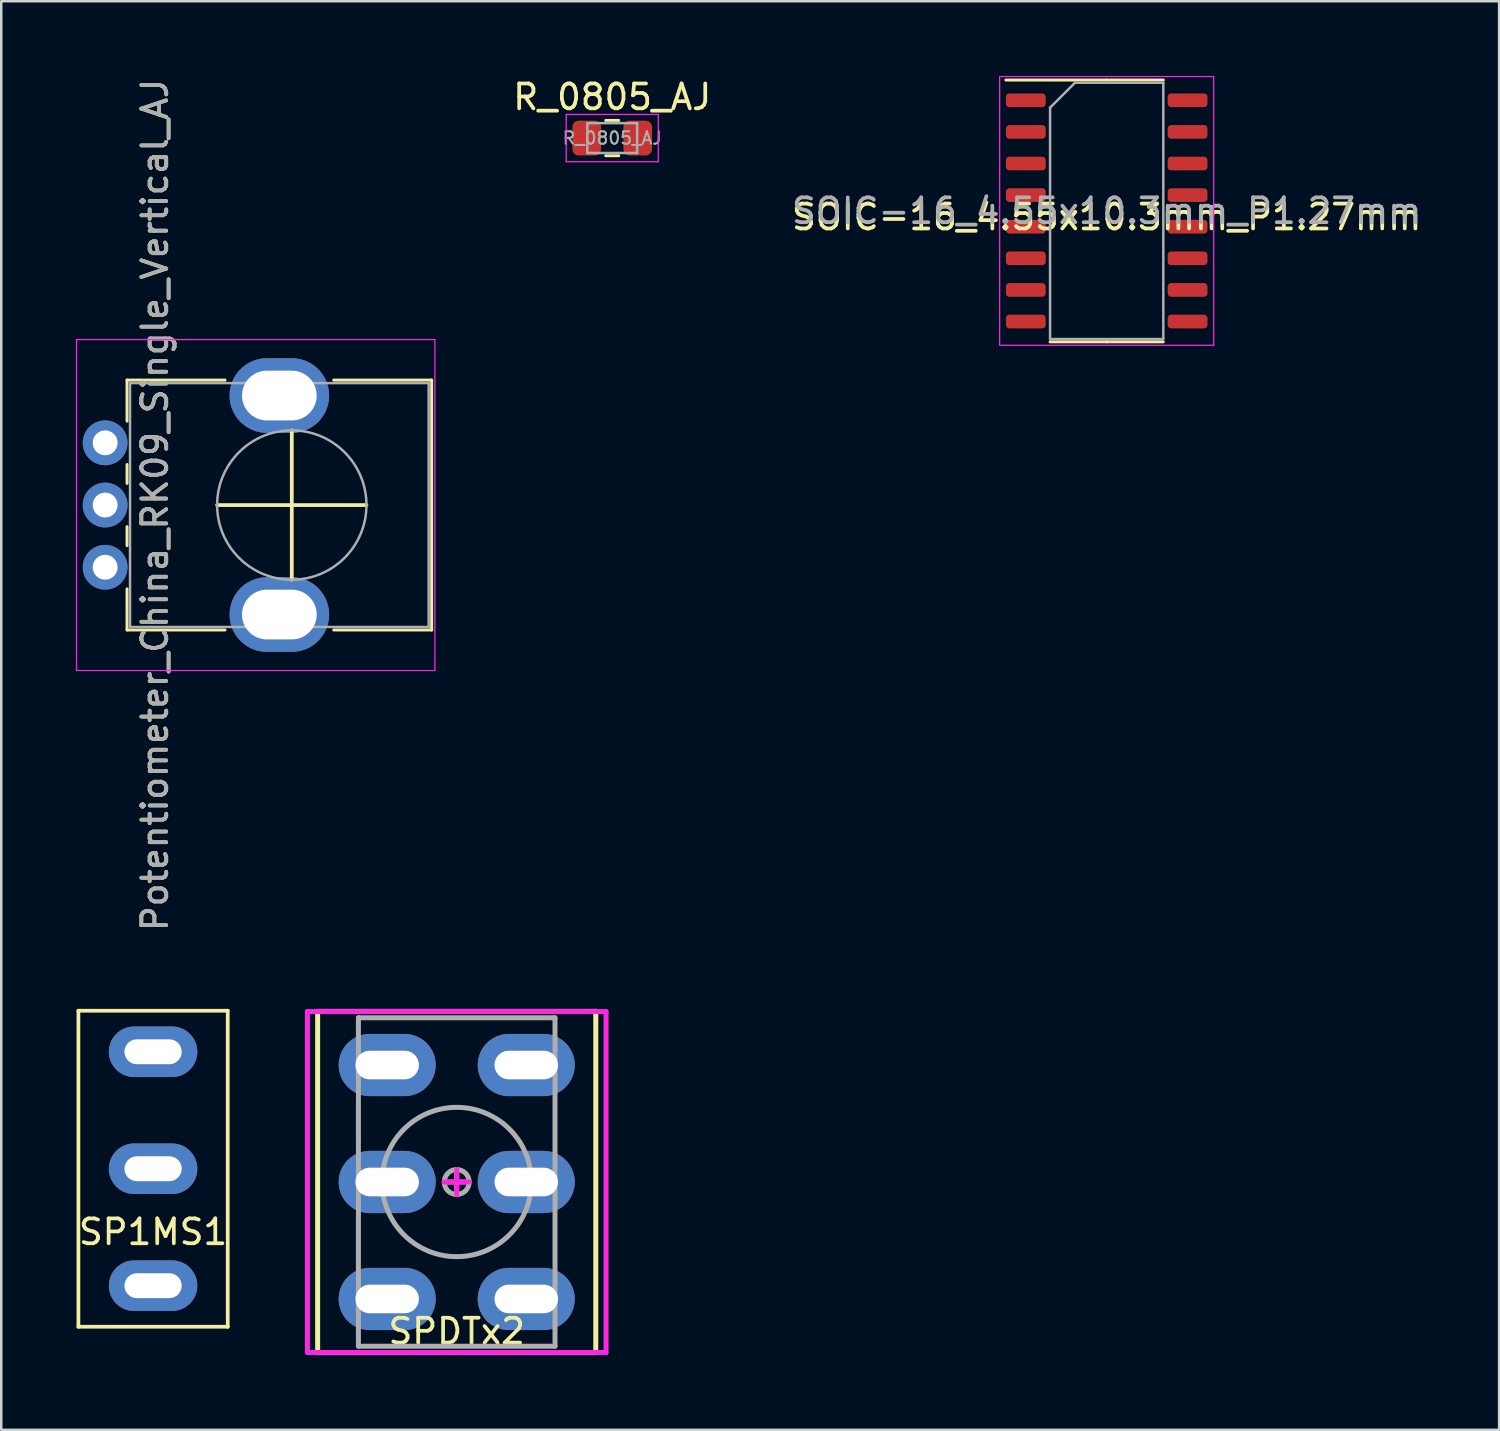
<source format=kicad_pcb>
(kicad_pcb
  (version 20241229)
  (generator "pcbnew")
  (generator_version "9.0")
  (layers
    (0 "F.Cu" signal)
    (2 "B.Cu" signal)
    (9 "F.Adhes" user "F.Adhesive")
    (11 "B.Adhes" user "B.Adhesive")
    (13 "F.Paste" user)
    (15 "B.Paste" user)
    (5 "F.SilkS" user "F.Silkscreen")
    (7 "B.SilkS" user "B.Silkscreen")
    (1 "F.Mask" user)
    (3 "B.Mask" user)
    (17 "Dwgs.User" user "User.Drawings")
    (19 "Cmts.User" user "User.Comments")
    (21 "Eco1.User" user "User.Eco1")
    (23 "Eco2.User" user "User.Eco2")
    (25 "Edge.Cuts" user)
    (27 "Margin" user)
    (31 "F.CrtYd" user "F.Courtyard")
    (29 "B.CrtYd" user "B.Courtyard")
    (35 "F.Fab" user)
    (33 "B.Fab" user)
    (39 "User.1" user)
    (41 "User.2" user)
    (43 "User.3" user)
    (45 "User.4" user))
  (footprint "R_0805_AJ"
    (layer "F.Cu")
    (at 21.551 2.498)
    (property "Reference" "R_0805_AJ" (at 0 -1.65 0) (layer "F.SilkS") (effects (font (size 1 1) (thickness 0.15))))
    (attr smd)
    (fp_line (start -0.261 -0.71) (end 0.261 -0.71) (stroke (width 0.12) (type solid)) (layer "F.SilkS"))
    (fp_line (start -0.261 0.71) (end 0.261 0.71) (stroke (width 0.12) (type solid)) (layer "F.SilkS"))
    (fp_line (start -1.85 -0.95) (end 1.85 -0.95) (stroke (width 0.05) (type solid)) (layer "F.CrtYd"))
    (fp_line (start -1.85 0.95) (end -1.85 -0.95) (stroke (width 0.05) (type solid)) (layer "F.CrtYd"))
    (fp_line (start 1.85 -0.95) (end 1.85 0.95) (stroke (width 0.05) (type solid)) (layer "F.CrtYd"))
    (fp_line (start 1.85 0.95) (end -1.85 0.95) (stroke (width 0.05) (type solid)) (layer "F.CrtYd"))
    (fp_line (start -1 -0.6) (end 1 -0.6) (stroke (width 0.1) (type solid)) (layer "F.Fab"))
    (fp_line (start -1 0.6) (end -1 -0.6) (stroke (width 0.1) (type solid)) (layer "F.Fab"))
    (fp_line (start 1 -0.6) (end 1 0.6) (stroke (width 0.1) (type solid)) (layer "F.Fab"))
    (fp_line (start 1 0.6) (end -1 0.6) (stroke (width 0.1) (type solid)) (layer "F.Fab"))
    (fp_text user "${REFERENCE}" (at 0 0 0) (layer "F.Fab") (effects (font (size 0.5 0.5) (thickness 0.08))))
    (pad "1" smd roundrect (at -1.025 0) (size 1.15 1.4) (layers "F.Cu" "F.Mask" "F.Paste") (roundrect_rratio 0.217))
    (pad "2" smd roundrect (at 1.025 0) (size 1.15 1.4) (layers "F.Cu" "F.Mask" "F.Paste") (roundrect_rratio 0.217)))
  (footprint "SOIC-16_4.55x10.3mm_P1.27mm"
    (layer "F.Cu")
    (at 41.42 5.425)
    (property "Reference" "SOIC-16_4.55x10.3mm_P1.27mm" (at 0 0.25 0) (layer "F.SilkS") (effects (font (size 1 1) (thickness 0.15))))
    (attr smd)
    (fp_line (start 0 -5.26) (end -4.05 -5.26) (stroke (width 0.12) (type solid)) (layer "F.SilkS"))
    (fp_line (start 0 -5.26) (end 2.275 -5.26) (stroke (width 0.12) (type solid)) (layer "F.SilkS"))
    (fp_line (start 0 5.26) (end -2.275 5.26) (stroke (width 0.12) (type solid)) (layer "F.SilkS"))
    (fp_line (start 0 5.26) (end 2.275 5.26) (stroke (width 0.12) (type solid)) (layer "F.SilkS"))
    (fp_line (start -4.3 -5.4) (end -4.3 5.4) (stroke (width 0.05) (type solid)) (layer "F.CrtYd"))
    (fp_line (start -4.3 5.4) (end 4.3 5.4) (stroke (width 0.05) (type solid)) (layer "F.CrtYd"))
    (fp_line (start 4.3 -5.4) (end -4.3 -5.4) (stroke (width 0.05) (type solid)) (layer "F.CrtYd"))
    (fp_line (start 4.3 5.4) (end 4.3 -5.4) (stroke (width 0.05) (type solid)) (layer "F.CrtYd"))
    (fp_line (start -2.275 -4.15) (end -1.275 -5.15) (stroke (width 0.1) (type solid)) (layer "F.Fab"))
    (fp_line (start -2.275 5.15) (end -2.275 -4.15) (stroke (width 0.1) (type solid)) (layer "F.Fab"))
    (fp_line (start -1.275 -5.15) (end 2.275 -5.15) (stroke (width 0.1) (type solid)) (layer "F.Fab"))
    (fp_line (start 2.275 -5.15) (end 2.275 5.15) (stroke (width 0.1) (type solid)) (layer "F.Fab"))
    (fp_line (start 2.275 5.15) (end -2.275 5.15) (stroke (width 0.1) (type solid)) (layer "F.Fab"))
    (fp_text user "${REFERENCE}" (at 0 0 0) (layer "F.Fab") (effects (font (size 1 1) (thickness 0.15))))
    (pad "1" smd roundrect (at -3.25 -4.445) (size 1.6 0.55) (layers "F.Cu" "F.Mask" "F.Paste") (roundrect_rratio 0.25))
    (pad "2" smd roundrect (at -3.25 -3.175) (size 1.6 0.55) (layers "F.Cu" "F.Mask" "F.Paste") (roundrect_rratio 0.25))
    (pad "3" smd roundrect (at -3.25 -1.905) (size 1.6 0.55) (layers "F.Cu" "F.Mask" "F.Paste") (roundrect_rratio 0.25))
    (pad "4" smd roundrect (at -3.25 -0.635) (size 1.6 0.55) (layers "F.Cu" "F.Mask" "F.Paste") (roundrect_rratio 0.25))
    (pad "5" smd roundrect (at -3.25 0.635) (size 1.6 0.55) (layers "F.Cu" "F.Mask" "F.Paste") (roundrect_rratio 0.25))
    (pad "6" smd roundrect (at -3.25 1.905) (size 1.6 0.55) (layers "F.Cu" "F.Mask" "F.Paste") (roundrect_rratio 0.25))
    (pad "7" smd roundrect (at -3.25 3.175) (size 1.6 0.55) (layers "F.Cu" "F.Mask" "F.Paste") (roundrect_rratio 0.25))
    (pad "8" smd roundrect (at -3.25 4.445) (size 1.6 0.55) (layers "F.Cu" "F.Mask" "F.Paste") (roundrect_rratio 0.25))
    (pad "9" smd roundrect (at 3.25 4.445) (size 1.6 0.55) (layers "F.Cu" "F.Mask" "F.Paste") (roundrect_rratio 0.25))
    (pad "10" smd roundrect (at 3.25 3.175) (size 1.6 0.55) (layers "F.Cu" "F.Mask" "F.Paste") (roundrect_rratio 0.25))
    (pad "11" smd roundrect (at 3.25 1.905) (size 1.6 0.55) (layers "F.Cu" "F.Mask" "F.Paste") (roundrect_rratio 0.25))
    (pad "12" smd roundrect (at 3.25 0.635) (size 1.6 0.55) (layers "F.Cu" "F.Mask" "F.Paste") (roundrect_rratio 0.25))
    (pad "13" smd roundrect (at 3.25 -0.635) (size 1.6 0.55) (layers "F.Cu" "F.Mask" "F.Paste") (roundrect_rratio 0.25))
    (pad "14" smd roundrect (at 3.25 -1.905) (size 1.6 0.55) (layers "F.Cu" "F.Mask" "F.Paste") (roundrect_rratio 0.25))
    (pad "15" smd roundrect (at 3.25 -3.175) (size 1.6 0.55) (layers "F.Cu" "F.Mask" "F.Paste") (roundrect_rratio 0.25))
    (pad "16" smd roundrect (at 3.25 -4.445) (size 1.6 0.55) (layers "F.Cu" "F.Mask" "F.Paste") (roundrect_rratio 0.25)))
  (footprint "SPDTx2"
    (layer "F.Cu")
    (at 15.302 44.446)
    (property "Reference" "SPDTx2" (at 0 6 0) (layer "F.SilkS") (effects (font (size 1 1) (thickness 0.15))))
    (attr through_hole)
    (fp_line (start -5.588 -6.842) (end -5.588 6.858) (stroke (width 0.2) (type solid)) (layer "F.SilkS"))
    (fp_line (start -5.588 6.858) (end 5.588 6.858) (stroke (width 0.2) (type solid)) (layer "F.SilkS"))
    (fp_line (start 5.588 -6.858) (end -5.588 -6.858) (stroke (width 0.2) (type solid)) (layer "F.SilkS"))
    (fp_line (start 5.588 6.842) (end 5.588 -6.858) (stroke (width 0.2) (type solid)) (layer "F.SilkS"))
    (fp_line (start -6 -6.85) (end -6 6.85) (stroke (width 0.2) (type solid)) (layer "F.CrtYd"))
    (fp_line (start -6 6.85) (end 6 6.85) (stroke (width 0.2) (type solid)) (layer "F.CrtYd"))
    (fp_line (start -0.5 0) (end 0.5 0) (stroke (width 0.2) (type solid)) (layer "F.CrtYd"))
    (fp_line (start 0 0.5) (end 0 -0.5) (stroke (width 0.2) (type solid)) (layer "F.CrtYd"))
    (fp_line (start 6 -6.85) (end -6 -6.85) (stroke (width 0.2) (type solid)) (layer "F.CrtYd"))
    (fp_line (start 6 6.85) (end 6 -6.85) (stroke (width 0.2) (type solid)) (layer "F.CrtYd"))
    (fp_line (start -3.95 -6.6) (end -3.95 6.6) (stroke (width 0.2) (type solid)) (layer "F.Fab"))
    (fp_line (start -3.95 6.6) (end 3.95 6.6) (stroke (width 0.2) (type solid)) (layer "F.Fab"))
    (fp_line (start -0.5 0) (end 0.5 0) (stroke (width 0.2) (type solid)) (layer "F.Fab"))
    (fp_line (start 0 0.5) (end 0 -0.5) (stroke (width 0.2) (type solid)) (layer "F.Fab"))
    (fp_line (start 3.95 -6.6) (end -3.95 -6.6) (stroke (width 0.2) (type solid)) (layer "F.Fab"))
    (fp_line (start 3.95 6.6) (end 3.95 -6.6) (stroke (width 0.2) (type solid)) (layer "F.Fab"))
    (fp_circle (center 0 0) (end 0.5 0) (stroke (width 0.2) (type solid)) (fill no) (layer "F.Fab"))
    (fp_circle (center 0 0) (end 3 0) (stroke (width 0.2) (type solid)) (fill no) (layer "F.Fab"))
    (pad "1" thru_hole oval (at -2.794 4.7) (size 3.9 2.5) (drill oval 2.55 1.15) (layers "*.Cu" "*.Mask"))
    (pad "2" thru_hole oval (at -2.794 0) (size 3.9 2.5) (drill oval 2.55 1.15) (layers "*.Cu" "*.Mask"))
    (pad "3" thru_hole oval (at -2.794 -4.7) (size 3.9 2.5) (drill oval 2.55 1.15) (layers "*.Cu" "*.Mask"))
    (pad "4" thru_hole oval (at 2.794 4.7) (size 3.9 2.5) (drill oval 2.55 1.15) (layers "*.Cu" "*.Mask"))
    (pad "5" thru_hole oval (at 2.794 0) (size 3.9 2.5) (drill oval 2.55 1.15) (layers "*.Cu" "*.Mask"))
    (pad "6" thru_hole oval (at 2.794 -4.7) (size 3.9 2.5) (drill oval 2.55 1.15) (layers "*.Cu" "*.Mask")))
  (footprint "Potentiometer_China_RK09_Single_Vertical_AJ"
    (layer "F.Cu")
    (at 1.175 19.744)
    (property "Reference" "Potentiometer_China_RK09_Single_Vertical_AJ" (at 2 -2.5 90) (layer "F.SilkS") (effects (font (size 1 1) (thickness 0.15))))
    (attr through_hole)
    (fp_line (start 0.88 -7.521) (end 0.88 -5.871) (stroke (width 0.12) (type solid)) (layer "F.SilkS"))
    (fp_line (start 0.88 -7.521) (end 4.817 -7.521) (stroke (width 0.12) (type solid)) (layer "F.SilkS"))
    (fp_line (start 0.88 -4.129) (end 0.88 -3.37) (stroke (width 0.12) (type solid)) (layer "F.SilkS"))
    (fp_line (start 0.88 -1.629) (end 0.88 -0.87) (stroke (width 0.12) (type solid)) (layer "F.SilkS"))
    (fp_line (start 0.88 0.87) (end 0.88 2.52) (stroke (width 0.12) (type solid)) (layer "F.SilkS"))
    (fp_line (start 0.88 2.52) (end 4.817 2.52) (stroke (width 0.12) (type solid)) (layer "F.SilkS"))
    (fp_line (start 4.5 -2.5) (end 10.5 -2.5) (stroke (width 0.15) (type solid)) (layer "F.SilkS"))
    (fp_line (start 7.5 0.5) (end 7.5 -5.5) (stroke (width 0.15) (type solid)) (layer "F.SilkS"))
    (fp_line (start 9.184 -7.521) (end 13.12 -7.521) (stroke (width 0.12) (type solid)) (layer "F.SilkS"))
    (fp_line (start 9.184 2.52) (end 13.12 2.52) (stroke (width 0.12) (type solid)) (layer "F.SilkS"))
    (fp_line (start 13.12 -7.521) (end 13.12 2.52) (stroke (width 0.12) (type solid)) (layer "F.SilkS"))
    (fp_line (start -1.15 -9.15) (end -1.15 4.15) (stroke (width 0.05) (type solid)) (layer "F.CrtYd"))
    (fp_line (start -1.15 4.15) (end 13.25 4.15) (stroke (width 0.05) (type solid)) (layer "F.CrtYd"))
    (fp_line (start 13.25 -9.15) (end -1.15 -9.15) (stroke (width 0.05) (type solid)) (layer "F.CrtYd"))
    (fp_line (start 13.25 4.15) (end 13.25 -9.15) (stroke (width 0.05) (type solid)) (layer "F.CrtYd"))
    (fp_line (start 1 -7.4) (end 1 2.4) (stroke (width 0.1) (type solid)) (layer "F.Fab"))
    (fp_line (start 1 2.4) (end 13 2.4) (stroke (width 0.1) (type solid)) (layer "F.Fab"))
    (fp_line (start 13 -7.4) (end 1 -7.4) (stroke (width 0.1) (type solid)) (layer "F.Fab"))
    (fp_line (start 13 2.4) (end 13 -7.4) (stroke (width 0.1) (type solid)) (layer "F.Fab"))
    (fp_circle (center 7.5 -2.5) (end 10.5 -2.5) (stroke (width 0.1) (type solid)) (fill no) (layer "F.Fab"))
    (fp_text user "${REFERENCE}" (at 2 -2.5 90) (layer "F.Fab") (effects (font (size 1 1) (thickness 0.15))))
    (pad "" np_thru_hole oval (at 7 -6.9) (size 4 3) (drill oval 3 2) (layers "*.Cu" "*.Mask"))
    (pad "" np_thru_hole oval (at 7 1.9) (size 4 3) (drill oval 3 2) (layers "*.Cu" "*.Mask"))
    (pad "1" thru_hole circle (at 0 0) (size 1.8 1.8) (drill 1) (layers "*.Cu" "*.Mask"))
    (pad "2" thru_hole circle (at 0 -2.5) (size 1.8 1.8) (drill 1) (layers "*.Cu" "*.Mask"))
    (pad "3" thru_hole circle (at 0 -5) (size 1.8 1.8) (drill 1) (layers "*.Cu" "*.Mask")))
  (footprint "SP1MS1"
    (layer "F.Cu")
    (at 3.101 43.913)
    (property "Reference" "SP1MS1" (at 0 2.54 0) (layer "F.SilkS") (effects (font (size 1 1) (thickness 0.15))))
    (attr through_hole)
    (fp_line (start -3 -6.35) (end 3 -6.35) (stroke (width 0.15) (type solid)) (layer "F.SilkS"))
    (fp_line (start -3 6.35) (end -3 -6.35) (stroke (width 0.15) (type solid)) (layer "F.SilkS"))
    (fp_line (start 3 -6.35) (end 3 6.35) (stroke (width 0.15) (type solid)) (layer "F.SilkS"))
    (fp_line (start 3 6.35) (end -3 6.35) (stroke (width 0.15) (type solid)) (layer "F.SilkS"))
    (pad "1" thru_hole oval (at 0 4.7) (size 3.556 2.032) (drill oval 2.3 1) (layers "*.Cu" "*.Mask"))
    (pad "2" thru_hole oval (at 0 0) (size 3.556 2.032) (drill oval 2.3 1) (layers "*.Cu" "*.Mask"))
    (pad "3" thru_hole oval (at 0 -4.7) (size 3.556 2.032) (drill oval 2.3 1) (layers "*.Cu" "*.Mask")))
  (gr_rect
    (start -3 -3)
    (end 57.188 54.404)
    (stroke (width 0.1) (type default))
    (fill no)
    (layer "Edge.Cuts")))
</source>
